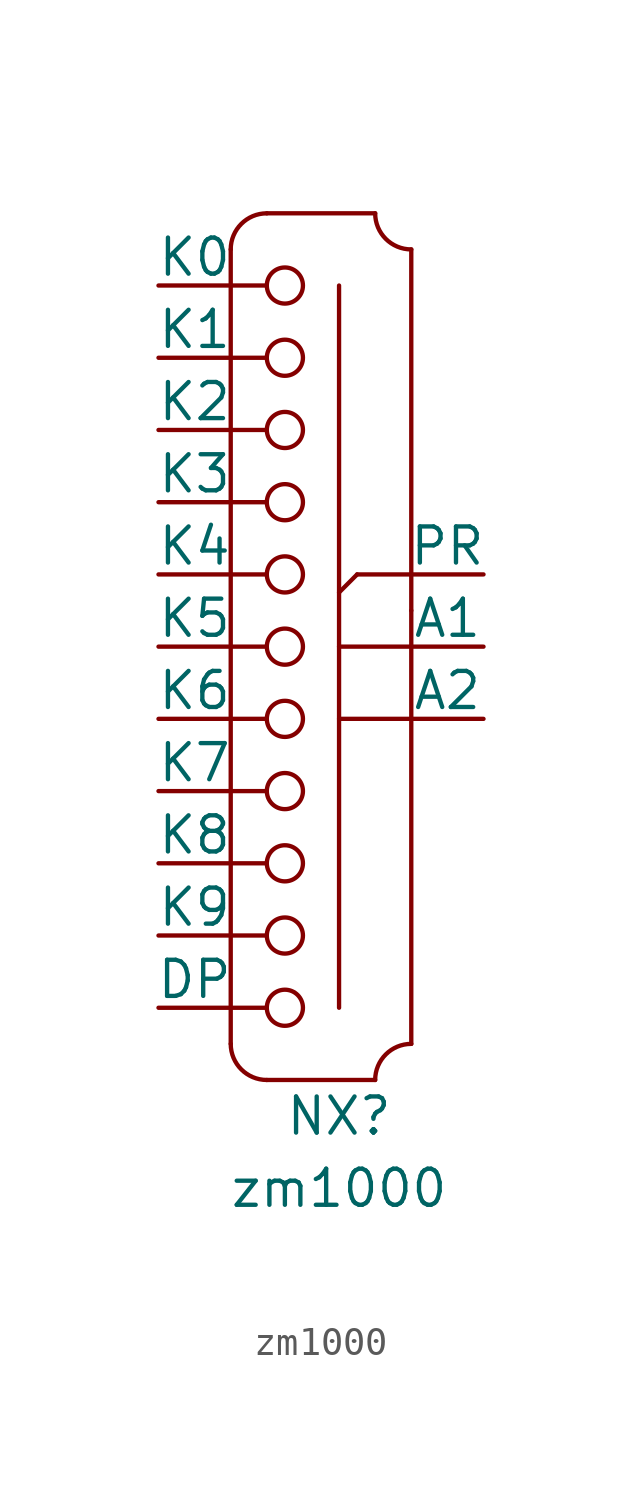
<source format=kicad_sym>
(kicad_symbol_lib
  (version 20211014)
  (generator kicad_symbol_editor)
  (symbol "zm1000"
    (pin_numbers hide)
    (pin_names
      (offset 0))
    (property "Reference" "NX"
      (at 2.54 -17.78 0)
      (effects (font (size 1.27 1.27))))
    (property "Value" "zm1000"
      (at 2.54 -20.32 0)
      (effects (font (size 1.27 1.27))))
    (symbol "zm1000_0_1"
      (arc (start -1.27 -15.24) (mid -0.898 -16.138) (end 0 -16.51) (stroke (width 0) (type default) (color 0 0 0 0)) (fill (type none)))
      (polyline (pts (xy -1.27 -13.97) (xy 0 -13.97)) (stroke (width 0) (type default) (color 0 0 0 0)) (fill (type none)))
      (polyline (pts (xy -1.27 -11.43) (xy 0 -11.43)) (stroke (width 0) (type default) (color 0 0 0 0)) (fill (type none)))
      (polyline (pts (xy -1.27 -8.89) (xy 0 -8.89)) (stroke (width 0) (type default) (color 0 0 0 0)) (fill (type none)))
      (polyline (pts (xy -1.27 -6.35) (xy 0 -6.35)) (stroke (width 0) (type default) (color 0 0 0 0)) (fill (type none)))
      (polyline (pts (xy -1.27 -3.81) (xy 0 -3.81)) (stroke (width 0) (type default) (color 0 0 0 0)) (fill (type none)))
      (polyline (pts (xy -1.27 -1.27) (xy 0 -1.27)) (stroke (width 0) (type default) (color 0 0 0 0)) (fill (type none)))
      (polyline (pts (xy -1.27 1.27) (xy 0 1.27)) (stroke (width 0) (type default) (color 0 0 0 0)) (fill (type none)))
      (polyline (pts (xy -1.27 3.81) (xy 0 3.81)) (stroke (width 0) (type default) (color 0 0 0 0)) (fill (type none)))
      (polyline (pts (xy -1.27 6.35) (xy 0 6.35)) (stroke (width 0) (type default) (color 0 0 0 0)) (fill (type none)))
      (polyline (pts (xy -1.27 8.89) (xy 0 8.89)) (stroke (width 0) (type default) (color 0 0 0 0)) (fill (type none)))
      (polyline (pts (xy -1.27 11.43) (xy 0 11.43)) (stroke (width 0) (type default) (color 0 0 0 0)) (fill (type none)))
      (polyline (pts (xy -1.27 12.7) (xy -1.27 -15.24)) (stroke (width 0) (type default) (color 0 0 0 0)) (fill (type none)))
      (polyline (pts (xy 0 -16.51) (xy 3.81 -16.51)) (stroke (width 0) (type default) (color 0 0 0 0)) (fill (type none)))
      (polyline (pts (xy 0 13.97) (xy 3.81 13.97)) (stroke (width 0) (type default) (color 0 0 0 0)) (fill (type none)))
      (polyline (pts (xy 2.54 0.635) (xy 3.175 1.27)) (stroke (width 0) (type default) (color 0 0 0 0)) (fill (type none)))
      (polyline (pts (xy 2.54 11.43) (xy 2.54 -13.97)) (stroke (width 0) (type default) (color 0 0 0 0)) (fill (type none)))
      (polyline (pts (xy 3.175 1.27) (xy 5.08 1.27)) (stroke (width 0) (type default) (color 0 0 0 0)) (fill (type none)))
      (polyline (pts (xy 5.08 -3.81) (xy 2.54 -3.81)) (stroke (width 0) (type default) (color 0 0 0 0)) (fill (type none)))
      (polyline (pts (xy 5.08 -1.27) (xy 2.54 -1.27)) (stroke (width 0) (type default) (color 0 0 0 0)) (fill (type none)))
      (polyline (pts (xy 5.08 0) (xy 5.08 0)) (stroke (width 0) (type default) (color 0 0 0 0)) (fill (type none)))
      (polyline (pts (xy 5.08 12.7) (xy 5.08 -15.24)) (stroke (width 0) (type default) (color 0 0 0 0)) (fill (type none)))
      (arc (start 0 13.97) (mid -0.898 13.598) (end -1.27 12.7) (stroke (width 0) (type default) (color 0 0 0 0)) (fill (type none)))
      (circle (center 0.635 -13.97) (radius 0.635) (stroke (width 0) (type default) (color 0 0 0 0)) (fill (type none)))
      (circle (center 0.635 -11.43) (radius 0.635) (stroke (width 0) (type default) (color 0 0 0 0)) (fill (type none)))
      (circle (center 0.635 -8.89) (radius 0.635) (stroke (width 0) (type default) (color 0 0 0 0)) (fill (type none)))
      (circle (center 0.635 -6.35) (radius 0.635) (stroke (width 0) (type default) (color 0 0 0 0)) (fill (type none)))
      (circle (center 0.635 -3.81) (radius 0.635) (stroke (width 0) (type default) (color 0 0 0 0)) (fill (type none)))
      (circle (center 0.635 -1.27) (radius 0.635) (stroke (width 0) (type default) (color 0 0 0 0)) (fill (type none)))
      (circle (center 0.635 1.27) (radius 0.635) (stroke (width 0) (type default) (color 0 0 0 0)) (fill (type none)))
      (circle (center 0.635 3.81) (radius 0.635) (stroke (width 0) (type default) (color 0 0 0 0)) (fill (type none)))
      (circle (center 0.635 6.35) (radius 0.635) (stroke (width 0) (type default) (color 0 0 0 0)) (fill (type none)))
      (circle (center 0.635 8.89) (radius 0.635) (stroke (width 0) (type default) (color 0 0 0 0)) (fill (type none)))
      (circle (center 0.635 11.43) (radius 0.635) (stroke (width 0) (type default) (color 0 0 0 0)) (fill (type none)))
      (arc (start 3.81 13.97) (mid 2.912 11.802) (end 5.08 12.7) (stroke (width 0) (type default) (color 0 0 0 0)) (fill (type none)))
      (arc (start 5.08 -15.24) (mid 2.912 -14.342) (end 3.81 -16.51) (stroke (width 0) (type default) (color 0 0 0 0)) (fill (type none))))
    (symbol "zm1000_1_1"
      (pin passive line (at -3.81 11.43 0) (length 2.54) (name "K0" (effects (font (size 1.27 1.27)))) (number "0" (effects (font (size 1.27 1.27)))))
      (pin passive line (at -3.81 8.89 0) (length 2.54) (name "K1" (effects (font (size 1.27 1.27)))) (number "1" (effects (font (size 1.27 1.27)))))
      (pin passive line (at -3.81 -13.97 0) (length 2.54) (name "DP" (effects (font (size 1.27 1.27)))) (number "10" (effects (font (size 1.27 1.27)))))
      (pin passive line (at 7.62 1.27 180) (length 2.54) (name "PR" (effects (font (size 1.27 1.27)))) (number "11" (effects (font (size 1.27 1.27)))))
      (pin passive line (at 7.62 -1.27 180) (length 2.54) (name "A1" (effects (font (size 1.27 1.27)))) (number "12" (effects (font (size 1.27 1.27)))))
      (pin passive line (at 7.62 -3.81 180) (length 2.54) (name "A2" (effects (font (size 1.27 1.27)))) (number "13" (effects (font (size 1.27 1.27)))))
      (pin passive line (at -3.81 6.35 0) (length 2.54) (name "K2" (effects (font (size 1.27 1.27)))) (number "2" (effects (font (size 1.27 1.27)))))
      (pin passive line (at -3.81 3.81 0) (length 2.54) (name "K3" (effects (font (size 1.27 1.27)))) (number "3" (effects (font (size 1.27 1.27)))))
      (pin passive line (at -3.81 1.27 0) (length 2.54) (name "K4" (effects (font (size 1.27 1.27)))) (number "4" (effects (font (size 1.27 1.27)))))
      (pin passive line (at -3.81 -1.27 0) (length 2.54) (name "K5" (effects (font (size 1.27 1.27)))) (number "5" (effects (font (size 1.27 1.27)))))
      (pin passive line (at -3.81 -3.81 0) (length 2.54) (name "K6" (effects (font (size 1.27 1.27)))) (number "6" (effects (font (size 1.27 1.27)))))
      (pin passive line (at -3.81 -6.35 0) (length 2.54) (name "K7" (effects (font (size 1.27 1.27)))) (number "7" (effects (font (size 1.27 1.27)))))
      (pin passive line (at -3.81 -8.89 0) (length 2.54) (name "K8" (effects (font (size 1.27 1.27)))) (number "8" (effects (font (size 1.27 1.27)))))
      (pin passive line (at -3.81 -11.43 0) (length 2.54) (name "K9" (effects (font (size 1.27 1.27)))) (number "9" (effects (font (size 1.27 1.27))))))))
</source>
